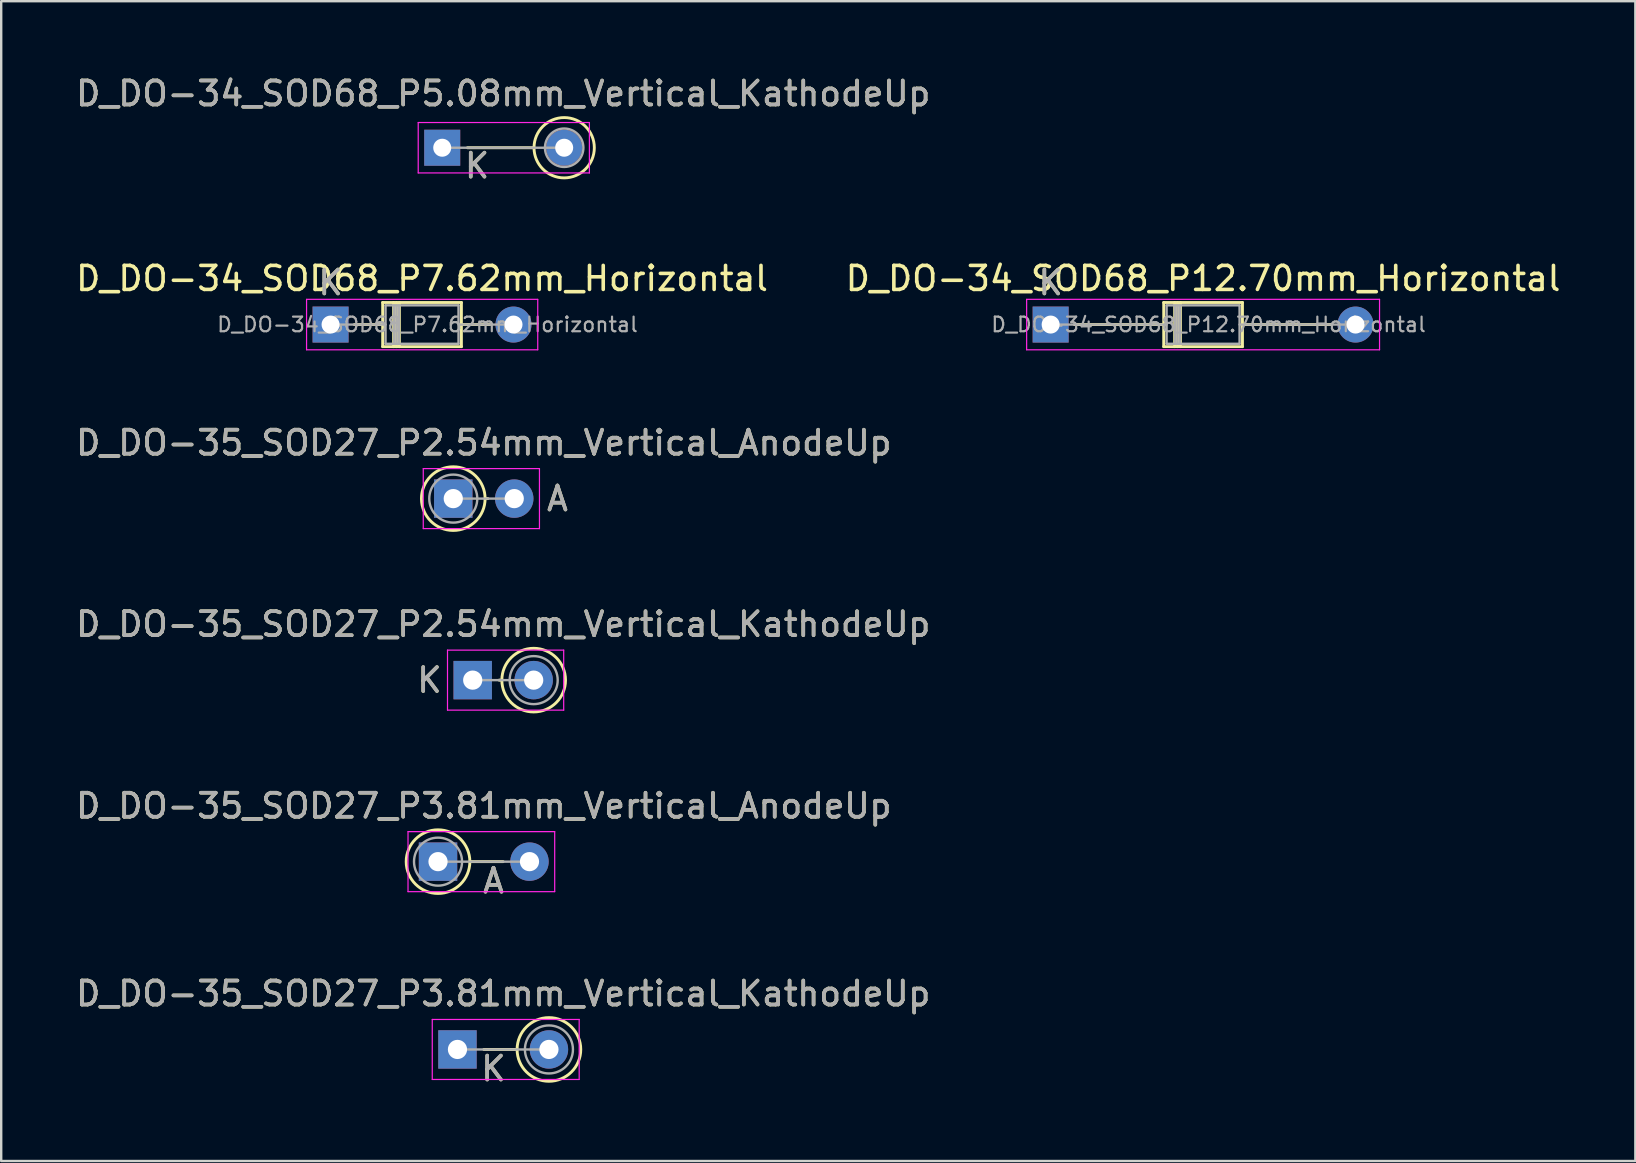
<source format=kicad_pcb>
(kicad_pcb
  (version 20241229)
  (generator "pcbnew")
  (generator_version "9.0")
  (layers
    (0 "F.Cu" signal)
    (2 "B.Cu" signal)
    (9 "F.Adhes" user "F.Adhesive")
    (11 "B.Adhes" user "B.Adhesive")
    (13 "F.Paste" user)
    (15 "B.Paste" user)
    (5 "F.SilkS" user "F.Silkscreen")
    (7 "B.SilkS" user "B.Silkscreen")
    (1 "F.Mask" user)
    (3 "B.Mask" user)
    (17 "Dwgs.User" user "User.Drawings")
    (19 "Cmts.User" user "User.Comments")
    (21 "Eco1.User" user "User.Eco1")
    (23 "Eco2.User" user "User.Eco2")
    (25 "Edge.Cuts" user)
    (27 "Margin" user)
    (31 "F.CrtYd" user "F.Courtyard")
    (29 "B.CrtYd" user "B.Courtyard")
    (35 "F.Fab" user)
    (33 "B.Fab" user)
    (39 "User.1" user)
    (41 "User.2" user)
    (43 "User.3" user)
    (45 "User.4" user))
  (footprint "D_DO-34_SOD68_P12.70mm_Horizontal"
    (layer "F.Cu")
    (at 40.715 10.47)
    (property "Reference" "D_DO-34_SOD68_P12.70mm_Horizontal" (at 6.35 -1.92 0) (layer "F.SilkS") (effects (font (size 1 1) (thickness 0.15))))
    (attr through_hole)
    (fp_line (start 0.99 0) (end 4.71 0) (stroke (width 0.12) (type solid)) (layer "F.SilkS"))
    (fp_line (start 4.71 -0.92) (end 4.71 0.92) (stroke (width 0.12) (type solid)) (layer "F.SilkS"))
    (fp_line (start 4.71 0.92) (end 7.99 0.92) (stroke (width 0.12) (type solid)) (layer "F.SilkS"))
    (fp_line (start 5.166 -0.92) (end 5.166 0.92) (stroke (width 0.12) (type solid)) (layer "F.SilkS"))
    (fp_line (start 5.286 -0.92) (end 5.286 0.92) (stroke (width 0.12) (type solid)) (layer "F.SilkS"))
    (fp_line (start 5.406 -0.92) (end 5.406 0.92) (stroke (width 0.12) (type solid)) (layer "F.SilkS"))
    (fp_line (start 7.99 -0.92) (end 4.71 -0.92) (stroke (width 0.12) (type solid)) (layer "F.SilkS"))
    (fp_line (start 7.99 0.92) (end 7.99 -0.92) (stroke (width 0.12) (type solid)) (layer "F.SilkS"))
    (fp_line (start 11.71 0) (end 7.99 0) (stroke (width 0.12) (type solid)) (layer "F.SilkS"))
    (fp_line (start -1 -1.05) (end -1 1.05) (stroke (width 0.05) (type solid)) (layer "F.CrtYd"))
    (fp_line (start -1 1.05) (end 13.7 1.05) (stroke (width 0.05) (type solid)) (layer "F.CrtYd"))
    (fp_line (start 13.7 -1.05) (end -1 -1.05) (stroke (width 0.05) (type solid)) (layer "F.CrtYd"))
    (fp_line (start 13.7 1.05) (end 13.7 -1.05) (stroke (width 0.05) (type solid)) (layer "F.CrtYd"))
    (fp_line (start 0 0) (end 4.83 0) (stroke (width 0.1) (type solid)) (layer "F.Fab"))
    (fp_line (start 4.83 -0.8) (end 4.83 0.8) (stroke (width 0.1) (type solid)) (layer "F.Fab"))
    (fp_line (start 4.83 0.8) (end 7.87 0.8) (stroke (width 0.1) (type solid)) (layer "F.Fab"))
    (fp_line (start 5.186 -0.8) (end 5.186 0.8) (stroke (width 0.1) (type solid)) (layer "F.Fab"))
    (fp_line (start 5.286 -0.8) (end 5.286 0.8) (stroke (width 0.1) (type solid)) (layer "F.Fab"))
    (fp_line (start 5.386 -0.8) (end 5.386 0.8) (stroke (width 0.1) (type solid)) (layer "F.Fab"))
    (fp_line (start 7.87 -0.8) (end 4.83 -0.8) (stroke (width 0.1) (type solid)) (layer "F.Fab"))
    (fp_line (start 7.87 0.8) (end 7.87 -0.8) (stroke (width 0.1) (type solid)) (layer "F.Fab"))
    (fp_line (start 12.7 0) (end 7.87 0) (stroke (width 0.1) (type solid)) (layer "F.Fab"))
    (fp_text user "K" (at 0 -1.75 0) (layer "F.SilkS") (effects (font (size 1 1) (thickness 0.15))))
    (fp_text user "${REFERENCE}" (at 6.578 0 0) (layer "F.Fab") (effects (font (size 0.608 0.608) (thickness 0.091))))
    (fp_text user "K" (at 0 -1.75 0) (layer "F.Fab") (effects (font (size 1 1) (thickness 0.15))))
    (pad "1" thru_hole rect (at 0 0) (size 1.5 1.5) (drill 0.75) (layers "*.Cu" "*.Mask"))
    (pad "2" thru_hole circle (at 12.7 0) (size 1.5 1.5) (drill 0.75) (layers "*.Cu" "*.Mask")))
  (footprint "D_DO-35_SOD27_P3.81mm_Vertical_KathodeUp"
    (layer "F.Cu")
    (at 16.006 40.665)
    (property "Reference" "D_DO-35_SOD27_P3.81mm_Vertical_KathodeUp" (at 1.905 -2.326 0) (layer "F.SilkS") (effects (font (size 1 1) (thickness 0.15))))
    (attr through_hole)
    (fp_line (start 2.484 0) (end 1.1 0) (stroke (width 0.12) (type solid)) (layer "F.SilkS"))
    (fp_circle (center 3.81 0) (end 5.136 0) (stroke (width 0.12) (type solid)) (fill no) (layer "F.SilkS"))
    (fp_line (start -1.05 -1.25) (end -1.05 1.25) (stroke (width 0.05) (type solid)) (layer "F.CrtYd"))
    (fp_line (start -1.05 1.25) (end 5.07 1.25) (stroke (width 0.05) (type solid)) (layer "F.CrtYd"))
    (fp_line (start 5.07 -1.25) (end -1.05 -1.25) (stroke (width 0.05) (type solid)) (layer "F.CrtYd"))
    (fp_line (start 5.07 1.25) (end 5.07 -1.25) (stroke (width 0.05) (type solid)) (layer "F.CrtYd"))
    (fp_line (start 0 0) (end 3.81 0) (stroke (width 0.1) (type solid)) (layer "F.Fab"))
    (fp_circle (center 3.81 0) (end 4.81 0) (stroke (width 0.1) (type solid)) (fill no) (layer "F.Fab"))
    (fp_text user "K" (at 1.5 0.8 0) (layer "F.SilkS") (effects (font (size 1 1) (thickness 0.15))))
    (fp_text user "${REFERENCE}" (at 1.905 -2.326 0) (layer "F.Fab") (effects (font (size 1 1) (thickness 0.15))))
    (fp_text user "K" (at 1.5 0.8 0) (layer "F.Fab") (effects (font (size 1 1) (thickness 0.15))))
    (pad "1" thru_hole rect (at 0 0) (size 1.6 1.6) (drill 0.8) (layers "*.Cu" "*.Mask"))
    (pad "2" thru_hole circle (at 3.81 0) (size 1.6 1.6) (drill 0.8) (layers "*.Cu" "*.Mask")))
  (footprint "D_DO-35_SOD27_P2.54mm_Vertical_KathodeUp"
    (layer "F.Cu")
    (at 16.641 25.281)
    (property "Reference" "D_DO-35_SOD27_P2.54mm_Vertical_KathodeUp" (at 1.27 -2.326 0) (layer "F.SilkS") (effects (font (size 1 1) (thickness 0.15))))
    (attr through_hole)
    (fp_line (start 1.214 0) (end 1.1 0) (stroke (width 0.12) (type solid)) (layer "F.SilkS"))
    (fp_circle (center 2.54 0) (end 3.866 0) (stroke (width 0.12) (type solid)) (fill no) (layer "F.SilkS"))
    (fp_line (start -1.05 -1.25) (end -1.05 1.25) (stroke (width 0.05) (type solid)) (layer "F.CrtYd"))
    (fp_line (start -1.05 1.25) (end 3.79 1.25) (stroke (width 0.05) (type solid)) (layer "F.CrtYd"))
    (fp_line (start 3.79 -1.25) (end -1.05 -1.25) (stroke (width 0.05) (type solid)) (layer "F.CrtYd"))
    (fp_line (start 3.79 1.25) (end 3.79 -1.25) (stroke (width 0.05) (type solid)) (layer "F.CrtYd"))
    (fp_line (start 0 0) (end 2.54 0) (stroke (width 0.1) (type solid)) (layer "F.Fab"))
    (fp_circle (center 2.54 0) (end 3.54 0) (stroke (width 0.1) (type solid)) (fill no) (layer "F.Fab"))
    (fp_text user "K" (at -1.8 0 0) (layer "F.SilkS") (effects (font (size 1 1) (thickness 0.15))))
    (fp_text user "K" (at -1.8 0 0) (layer "F.Fab") (effects (font (size 1 1) (thickness 0.15))))
    (fp_text user "${REFERENCE}" (at 1.27 -2.326 0) (layer "F.Fab") (effects (font (size 1 1) (thickness 0.15))))
    (pad "1" thru_hole rect (at 0 0) (size 1.6 1.6) (drill 0.8) (layers "*.Cu" "*.Mask"))
    (pad "2" thru_hole oval (at 2.54 0) (size 1.6 1.6) (drill 0.8) (layers "*.Cu" "*.Mask")))
  (footprint "D_DO-34_SOD68_P7.62mm_Horizontal"
    (layer "F.Cu")
    (at 10.72 10.47)
    (property "Reference" "D_DO-34_SOD68_P7.62mm_Horizontal" (at 3.81 -1.92 0) (layer "F.SilkS") (effects (font (size 1 1) (thickness 0.15))))
    (attr through_hole)
    (fp_line (start 0.99 0) (end 2.17 0) (stroke (width 0.12) (type solid)) (layer "F.SilkS"))
    (fp_line (start 2.17 -0.92) (end 2.17 0.92) (stroke (width 0.12) (type solid)) (layer "F.SilkS"))
    (fp_line (start 2.17 0.92) (end 5.45 0.92) (stroke (width 0.12) (type solid)) (layer "F.SilkS"))
    (fp_line (start 2.626 -0.92) (end 2.626 0.92) (stroke (width 0.12) (type solid)) (layer "F.SilkS"))
    (fp_line (start 2.746 -0.92) (end 2.746 0.92) (stroke (width 0.12) (type solid)) (layer "F.SilkS"))
    (fp_line (start 2.866 -0.92) (end 2.866 0.92) (stroke (width 0.12) (type solid)) (layer "F.SilkS"))
    (fp_line (start 5.45 -0.92) (end 2.17 -0.92) (stroke (width 0.12) (type solid)) (layer "F.SilkS"))
    (fp_line (start 5.45 0.92) (end 5.45 -0.92) (stroke (width 0.12) (type solid)) (layer "F.SilkS"))
    (fp_line (start 6.63 0) (end 5.45 0) (stroke (width 0.12) (type solid)) (layer "F.SilkS"))
    (fp_line (start -1 -1.05) (end -1 1.05) (stroke (width 0.05) (type solid)) (layer "F.CrtYd"))
    (fp_line (start -1 1.05) (end 8.63 1.05) (stroke (width 0.05) (type solid)) (layer "F.CrtYd"))
    (fp_line (start 8.63 -1.05) (end -1 -1.05) (stroke (width 0.05) (type solid)) (layer "F.CrtYd"))
    (fp_line (start 8.63 1.05) (end 8.63 -1.05) (stroke (width 0.05) (type solid)) (layer "F.CrtYd"))
    (fp_line (start 0 0) (end 2.29 0) (stroke (width 0.1) (type solid)) (layer "F.Fab"))
    (fp_line (start 2.29 -0.8) (end 2.29 0.8) (stroke (width 0.1) (type solid)) (layer "F.Fab"))
    (fp_line (start 2.29 0.8) (end 5.33 0.8) (stroke (width 0.1) (type solid)) (layer "F.Fab"))
    (fp_line (start 2.646 -0.8) (end 2.646 0.8) (stroke (width 0.1) (type solid)) (layer "F.Fab"))
    (fp_line (start 2.746 -0.8) (end 2.746 0.8) (stroke (width 0.1) (type solid)) (layer "F.Fab"))
    (fp_line (start 2.846 -0.8) (end 2.846 0.8) (stroke (width 0.1) (type solid)) (layer "F.Fab"))
    (fp_line (start 5.33 -0.8) (end 2.29 -0.8) (stroke (width 0.1) (type solid)) (layer "F.Fab"))
    (fp_line (start 5.33 0.8) (end 5.33 -0.8) (stroke (width 0.1) (type solid)) (layer "F.Fab"))
    (fp_line (start 7.62 0) (end 5.33 0) (stroke (width 0.1) (type solid)) (layer "F.Fab"))
    (fp_text user "K" (at 0 -1.75 0) (layer "F.SilkS") (effects (font (size 1 1) (thickness 0.15))))
    (fp_text user "K" (at 0 -1.75 0) (layer "F.Fab") (effects (font (size 1 1) (thickness 0.15))))
    (fp_text user "${REFERENCE}" (at 4.038 0 0) (layer "F.Fab") (effects (font (size 0.608 0.608) (thickness 0.091))))
    (pad "1" thru_hole rect (at 0 0) (size 1.5 1.5) (drill 0.75) (layers "*.Cu" "*.Mask"))
    (pad "2" thru_hole circle (at 7.62 0) (size 1.5 1.5) (drill 0.75) (layers "*.Cu" "*.Mask")))
  (footprint "D_DO-34_SOD68_P5.08mm_Vertical_KathodeUp"
    (layer "F.Cu")
    (at 15.371 3.104)
    (property "Reference" "D_DO-34_SOD68_P5.08mm_Vertical_KathodeUp" (at 2.54 -2.256 0) (layer "F.SilkS") (effects (font (size 1 1) (thickness 0.15))))
    (attr through_hole)
    (fp_line (start 3.824 0) (end 1.05 0) (stroke (width 0.12) (type solid)) (layer "F.SilkS"))
    (fp_circle (center 5.08 0) (end 6.336 0) (stroke (width 0.12) (type solid)) (fill no) (layer "F.SilkS"))
    (fp_line (start -1 -1.05) (end -1 1.05) (stroke (width 0.05) (type solid)) (layer "F.CrtYd"))
    (fp_line (start -1 1.05) (end 6.13 1.05) (stroke (width 0.05) (type solid)) (layer "F.CrtYd"))
    (fp_line (start 6.13 -1.05) (end -1 -1.05) (stroke (width 0.05) (type solid)) (layer "F.CrtYd"))
    (fp_line (start 6.13 1.05) (end 6.13 -1.05) (stroke (width 0.05) (type solid)) (layer "F.CrtYd"))
    (fp_line (start 0 0) (end 5.08 0) (stroke (width 0.1) (type solid)) (layer "F.Fab"))
    (fp_circle (center 5.08 0) (end 5.88 0) (stroke (width 0.1) (type solid)) (fill no) (layer "F.Fab"))
    (fp_text user "K" (at 1.45 0.75 0) (layer "F.SilkS") (effects (font (size 1 1) (thickness 0.15))))
    (fp_text user "K" (at 1.45 0.75 0) (layer "F.Fab") (effects (font (size 1 1) (thickness 0.15))))
    (fp_text user "${REFERENCE}" (at 2.54 -2.256 0) (layer "F.Fab") (effects (font (size 1 1) (thickness 0.15))))
    (pad "1" thru_hole rect (at 0 0) (size 1.5 1.5) (drill 0.75) (layers "*.Cu" "*.Mask"))
    (pad "2" thru_hole oval (at 5.08 0) (size 1.5 1.5) (drill 0.75) (layers "*.Cu" "*.Mask")))
  (footprint "D_DO-35_SOD27_P3.81mm_Vertical_AnodeUp"
    (layer "F.Cu")
    (at 15.196 32.842)
    (property "Reference" "D_DO-35_SOD27_P3.81mm_Vertical_AnodeUp" (at 1.905 -2.326 0) (layer "F.SilkS") (effects (font (size 1 1) (thickness 0.15))))
    (attr through_hole)
    (fp_line (start 1.326 0) (end 2.71 0) (stroke (width 0.12) (type solid)) (layer "F.SilkS"))
    (fp_circle (center 0 0) (end 1.326 0) (stroke (width 0.12) (type solid)) (fill no) (layer "F.SilkS"))
    (fp_line (start -1.25 -1.25) (end -1.25 1.25) (stroke (width 0.05) (type solid)) (layer "F.CrtYd"))
    (fp_line (start -1.25 1.25) (end 4.86 1.25) (stroke (width 0.05) (type solid)) (layer "F.CrtYd"))
    (fp_line (start 4.86 -1.25) (end -1.25 -1.25) (stroke (width 0.05) (type solid)) (layer "F.CrtYd"))
    (fp_line (start 4.86 1.25) (end 4.86 -1.25) (stroke (width 0.05) (type solid)) (layer "F.CrtYd"))
    (fp_line (start 0 0) (end 3.81 0) (stroke (width 0.1) (type solid)) (layer "F.Fab"))
    (fp_circle (center 0 0) (end 1 0) (stroke (width 0.1) (type solid)) (fill no) (layer "F.Fab"))
    (fp_text user "A" (at 2.31 0.8 0) (layer "F.SilkS") (effects (font (size 1 1) (thickness 0.15))))
    (fp_text user "${REFERENCE}" (at 1.905 -2.326 0) (layer "F.Fab") (effects (font (size 1 1) (thickness 0.15))))
    (fp_text user "A" (at 2.31 0.8 0) (layer "F.Fab") (effects (font (size 1 1) (thickness 0.15))))
    (pad "1" thru_hole rect (at 0 0) (size 1.6 1.6) (drill 0.8) (layers "*.Cu" "*.Mask"))
    (pad "2" thru_hole circle (at 3.81 0) (size 1.6 1.6) (drill 0.8) (layers "*.Cu" "*.Mask")))
  (footprint "D_DO-35_SOD27_P2.54mm_Vertical_AnodeUp"
    (layer "F.Cu")
    (at 15.831 17.72)
    (property "Reference" "D_DO-35_SOD27_P2.54mm_Vertical_AnodeUp" (at 1.27 -2.326 0) (layer "F.SilkS") (effects (font (size 1 1) (thickness 0.15))))
    (attr through_hole)
    (fp_line (start 1.326 0) (end 1.44 0) (stroke (width 0.12) (type solid)) (layer "F.SilkS"))
    (fp_circle (center 0 0) (end 1.326 0) (stroke (width 0.12) (type solid)) (fill no) (layer "F.SilkS"))
    (fp_line (start -1.25 -1.25) (end -1.25 1.25) (stroke (width 0.05) (type solid)) (layer "F.CrtYd"))
    (fp_line (start -1.25 1.25) (end 3.59 1.25) (stroke (width 0.05) (type solid)) (layer "F.CrtYd"))
    (fp_line (start 3.59 -1.25) (end -1.25 -1.25) (stroke (width 0.05) (type solid)) (layer "F.CrtYd"))
    (fp_line (start 3.59 1.25) (end 3.59 -1.25) (stroke (width 0.05) (type solid)) (layer "F.CrtYd"))
    (fp_line (start 0 0) (end 2.54 0) (stroke (width 0.1) (type solid)) (layer "F.Fab"))
    (fp_circle (center 0 0) (end 1 0) (stroke (width 0.1) (type solid)) (fill no) (layer "F.Fab"))
    (fp_text user "A" (at 4.34 0 0) (layer "F.SilkS") (effects (font (size 1 1) (thickness 0.15))))
    (fp_text user "${REFERENCE}" (at 1.27 -2.326 0) (layer "F.Fab") (effects (font (size 1 1) (thickness 0.15))))
    (fp_text user "A" (at 4.34 0 0) (layer "F.Fab") (effects (font (size 1 1) (thickness 0.15))))
    (pad "1" thru_hole rect (at 0 0) (size 1.6 1.6) (drill 0.8) (layers "*.Cu" "*.Mask"))
    (pad "2" thru_hole oval (at 2.54 0) (size 1.6 1.6) (drill 0.8) (layers "*.Cu" "*.Mask")))
  (gr_rect
    (start -3 -3)
    (end 65.071 45.313)
    (stroke (width 0.1) (type default))
    (fill no)
    (layer "Edge.Cuts")))
</source>
